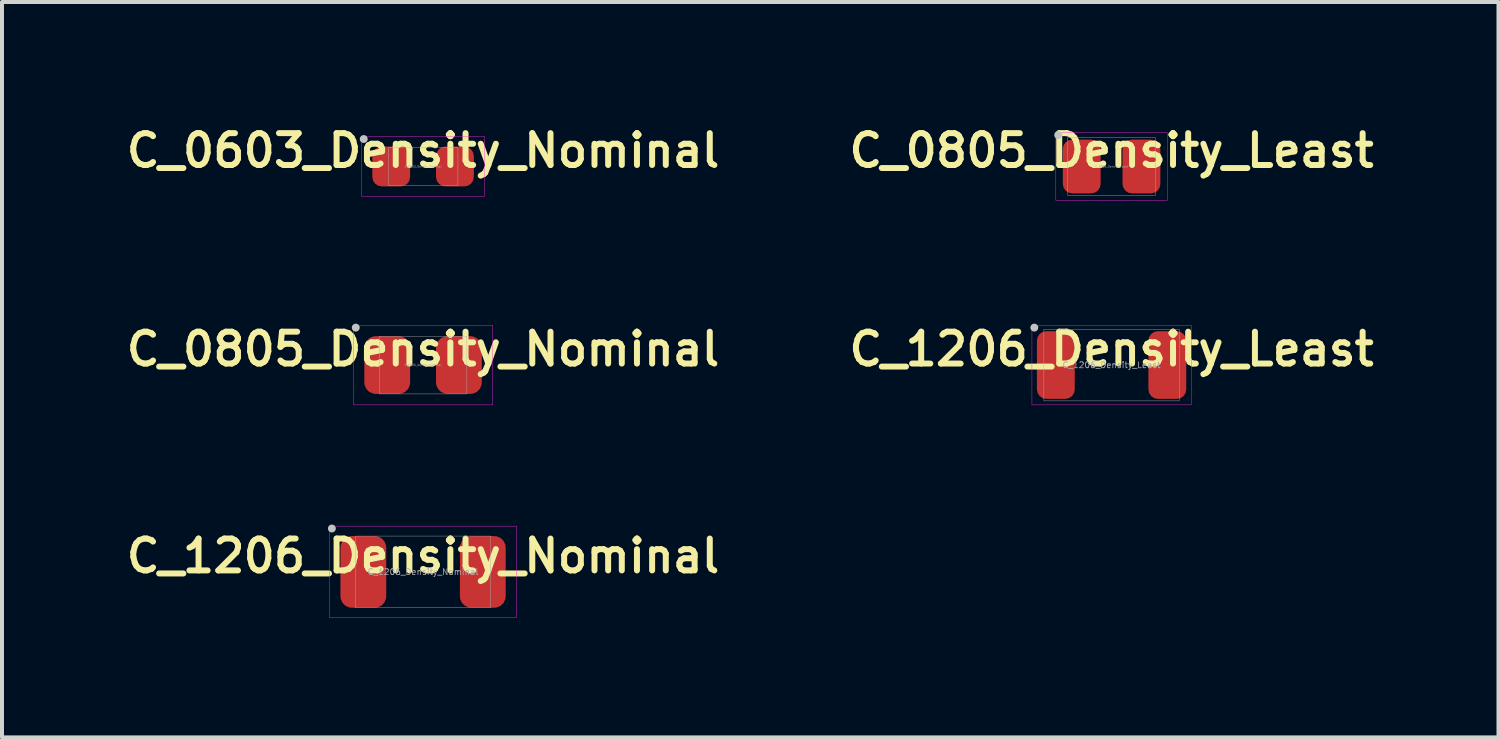
<source format=kicad_pcb>
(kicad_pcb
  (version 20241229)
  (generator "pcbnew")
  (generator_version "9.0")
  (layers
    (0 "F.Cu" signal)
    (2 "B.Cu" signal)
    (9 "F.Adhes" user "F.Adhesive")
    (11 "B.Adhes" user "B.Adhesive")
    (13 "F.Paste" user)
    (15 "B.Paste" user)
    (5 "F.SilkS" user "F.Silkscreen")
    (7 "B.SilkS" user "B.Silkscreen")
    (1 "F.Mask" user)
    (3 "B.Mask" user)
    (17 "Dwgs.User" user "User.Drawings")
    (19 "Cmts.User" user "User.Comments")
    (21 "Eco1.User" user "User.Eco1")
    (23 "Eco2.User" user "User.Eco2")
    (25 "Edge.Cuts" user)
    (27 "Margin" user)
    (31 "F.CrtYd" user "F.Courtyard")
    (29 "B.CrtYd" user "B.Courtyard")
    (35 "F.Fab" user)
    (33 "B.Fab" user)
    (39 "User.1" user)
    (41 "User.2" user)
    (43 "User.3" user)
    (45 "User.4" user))
  (footprint "C_0603_Density_Nominal"
    (layer "F.Cu")
    (at 7.574 1.131)
    (property "Reference" "C_0603_Density_Nominal" (at 0 -0.4 0) (unlocked yes) (layer "F.SilkS") (effects (font (size 0.8 0.8) (thickness 0.15))))
    (attr smd)
    (fp_circle (center -1.49 -0.69) (end -1.44 -0.69) (stroke (width 0.1) (type solid)) (fill no) (layer "Dwgs.User"))
    (fp_rect (start -1.55 -0.75) (end 1.55 0.75) (stroke (width 0.01) (type solid)) (fill no) (layer "F.CrtYd"))
    (fp_rect (start -0.875 -0.475) (end 0.875 0.475) (stroke (width 0.01) (type solid)) (fill no) (layer "F.Fab"))
    (fp_text user "${REFERENCE}" (at 0 0 0) (unlocked yes) (layer "F.Fab") (effects (font (size 0.05 0.05) (thickness 0.006))))
    (pad "1" smd roundrect (at -0.8 0 90) (size 1 0.95) (layers "F.Cu" "F.Mask" "F.Paste") (roundrect_rratio 0.25))
    (pad "2" smd roundrect (at 0.8 0 90) (size 1 0.95) (layers "F.Cu" "F.Mask" "F.Paste") (roundrect_rratio 0.25)))
  (footprint "C_0805_Density_Nominal"
    (layer "F.Cu")
    (at 7.574 6.117)
    (property "Reference" "C_0805_Density_Nominal" (at 0 -0.4 0) (unlocked yes) (layer "F.SilkS") (effects (font (size 0.8 0.8) (thickness 0.15))))
    (attr smd)
    (fp_circle (center -1.69 -0.94) (end -1.64 -0.94) (stroke (width 0.1) (type solid)) (fill no) (layer "Dwgs.User"))
    (fp_rect (start -1.75 -1) (end 1.75 1) (stroke (width 0.01) (type solid)) (fill no) (layer "F.CrtYd"))
    (fp_rect (start -1.1 -0.725) (end 1.1 0.725) (stroke (width 0.01) (type solid)) (fill no) (layer "F.Fab"))
    (fp_text user "${REFERENCE}" (at 0 0 0) (unlocked yes) (layer "F.Fab") (effects (font (size 0.05 0.05) (thickness 0.006))))
    (pad "1" smd roundrect (at -0.9 0 270) (size 1.45 1.15) (layers "F.Cu" "F.Mask" "F.Paste") (roundrect_rratio 0.25))
    (pad "2" smd roundrect (at 0.9 0 90) (size 1.45 1.15) (layers "F.Cu" "F.Mask" "F.Paste") (roundrect_rratio 0.25)))
  (footprint "C_1206_Density_Least"
    (layer "F.Cu")
    (at 24.864 6.117)
    (property "Reference" "C_1206_Density_Least" (at 0 -0.4 0) (unlocked yes) (layer "F.SilkS") (effects (font (size 0.8 0.8) (thickness 0.15))))
    (attr smd)
    (fp_circle (center -1.94 -0.94) (end -1.89 -0.94) (stroke (width 0.1) (type solid)) (fill no) (layer "Dwgs.User"))
    (fp_rect (start -2 -1) (end 2 1) (stroke (width 0.01) (type solid)) (fill no) (layer "F.CrtYd"))
    (fp_rect (start -1.7 -0.9) (end 1.7 0.9) (stroke (width 0.01) (type solid)) (fill no) (layer "F.Fab"))
    (fp_text user "${REFERENCE}" (at 0 0 0) (unlocked yes) (layer "F.Fab") (effects (font (size 0.15 0.15) (thickness 0.019))))
    (pad "1" smd roundrect (at -1.4 0 90) (size 1.7 0.95) (layers "F.Cu" "F.Mask" "F.Paste") (roundrect_rratio 0.25))
    (pad "2" smd roundrect (at 1.4 0 90) (size 1.7 0.95) (layers "F.Cu" "F.Mask" "F.Paste") (roundrect_rratio 0.25)))
  (footprint "C_0805_Density_Least"
    (layer "F.Cu")
    (at 24.864 1.131)
    (property "Reference" "C_0805_Density_Least" (at 0 -0.4 0) (unlocked yes) (layer "F.SilkS") (effects (font (size 0.8 0.8) (thickness 0.15))))
    (attr smd)
    (fp_circle (center -1.34 -0.79) (end -1.29 -0.79) (stroke (width 0.1) (type solid)) (fill no) (layer "Dwgs.User"))
    (fp_rect (start -1.4 -0.85) (end 1.4 0.85) (stroke (width 0.01) (type solid)) (fill no) (layer "F.CrtYd"))
    (fp_rect (start -1.1 -0.725) (end 1.1 0.725) (stroke (width 0.01) (type solid)) (fill no) (layer "F.Fab"))
    (fp_text user "${REFERENCE}" (at 0 0 0) (unlocked yes) (layer "F.Fab") (effects (font (size 0.05 0.05) (thickness 0.006))))
    (pad "1" smd roundrect (at -0.75 0 270) (size 1.35 0.95) (layers "F.Cu" "F.Mask" "F.Paste") (roundrect_rratio 0.25))
    (pad "2" smd roundrect (at 0.75 0 90) (size 1.35 0.95) (layers "F.Cu" "F.Mask" "F.Paste") (roundrect_rratio 0.25)))
  (footprint "C_1206_Density_Nominal"
    (layer "F.Cu")
    (at 7.574 11.312)
    (property "Reference" "C_1206_Density_Nominal" (at 0 -0.4 0) (unlocked yes) (layer "F.SilkS") (effects (font (size 0.8 0.8) (thickness 0.15))))
    (attr smd)
    (fp_circle (center -2.29 -1.09) (end -2.24 -1.09) (stroke (width 0.1) (type solid)) (fill no) (layer "Dwgs.User"))
    (fp_rect (start -2.35 -1.15) (end 2.35 1.15) (stroke (width 0.01) (type solid)) (fill no) (layer "F.CrtYd"))
    (fp_rect (start -1.7 -0.9) (end 1.7 0.9) (stroke (width 0.01) (type solid)) (fill no) (layer "F.Fab"))
    (fp_text user "${REFERENCE}" (at 0 0 0) (unlocked yes) (layer "F.Fab") (effects (font (size 0.15 0.15) (thickness 0.019))))
    (pad "1" smd roundrect (at -1.5 0 90) (size 1.8 1.15) (layers "F.Cu" "F.Mask" "F.Paste") (roundrect_rratio 0.25))
    (pad "2" smd roundrect (at 1.5 0 90) (size 1.8 1.15) (layers "F.Cu" "F.Mask" "F.Paste") (roundrect_rratio 0.25)))
  (gr_rect
    (start -3 -3)
    (end 34.58 15.467)
    (stroke (width 0.1) (type default))
    (fill no)
    (layer "Edge.Cuts")))
</source>
